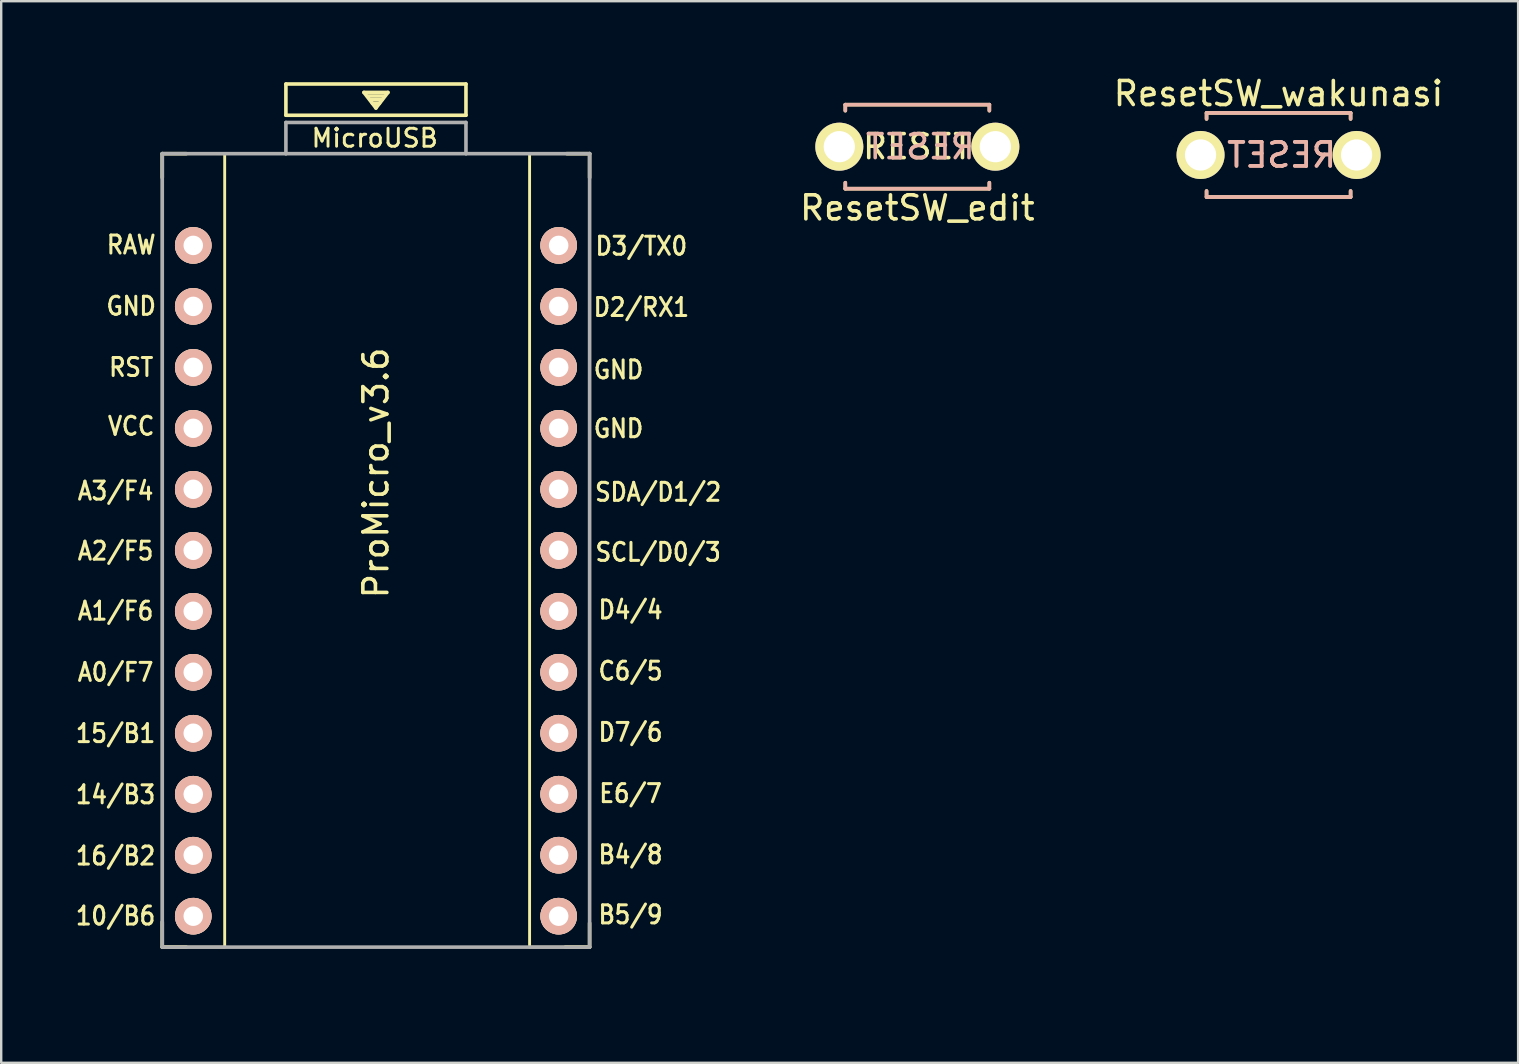
<source format=kicad_pcb>
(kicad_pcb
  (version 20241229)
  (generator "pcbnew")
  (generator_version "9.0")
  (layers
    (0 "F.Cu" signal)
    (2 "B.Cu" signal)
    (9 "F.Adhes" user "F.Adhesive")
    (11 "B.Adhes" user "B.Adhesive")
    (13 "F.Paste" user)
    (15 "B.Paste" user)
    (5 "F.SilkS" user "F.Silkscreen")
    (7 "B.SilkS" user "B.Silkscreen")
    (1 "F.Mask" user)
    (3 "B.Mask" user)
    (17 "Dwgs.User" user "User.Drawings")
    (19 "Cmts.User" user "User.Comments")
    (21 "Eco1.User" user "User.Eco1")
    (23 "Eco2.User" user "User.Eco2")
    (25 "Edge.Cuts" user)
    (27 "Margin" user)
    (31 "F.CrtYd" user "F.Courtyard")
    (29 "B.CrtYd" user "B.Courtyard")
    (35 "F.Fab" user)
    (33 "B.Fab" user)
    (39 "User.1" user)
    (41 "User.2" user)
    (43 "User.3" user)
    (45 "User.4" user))
  (footprint "ResetSW_wakunasi"
    (layer "F.Cu")
    (at 50.207 3.405)
    (property "Reference" "ResetSW_wakunasi" (at -0.005 -2.557 180) (layer "F.SilkS") (effects (font (size 1 1) (thickness 0.15))))
    (attr through_hole)
    (fp_line (start -3 -1.75) (end -3 -1.5) (stroke (width 0.15) (type solid)) (layer "F.SilkS"))
    (fp_line (start -3 -1.75) (end 3 -1.75) (stroke (width 0.15) (type solid)) (layer "F.SilkS"))
    (fp_line (start -3 1.75) (end -3 1.5) (stroke (width 0.15) (type solid)) (layer "F.SilkS"))
    (fp_line (start -3 1.75) (end 3 1.75) (stroke (width 0.15) (type solid)) (layer "F.SilkS"))
    (fp_line (start 3 -1.75) (end 3 -1.5) (stroke (width 0.15) (type solid)) (layer "F.SilkS"))
    (fp_line (start 3 1.75) (end 3 1.5) (stroke (width 0.15) (type solid)) (layer "F.SilkS"))
    (fp_line (start -3 -1.75) (end 3 -1.75) (stroke (width 0.15) (type solid)) (layer "B.SilkS"))
    (fp_line (start -3 -1.5) (end -3 -1.75) (stroke (width 0.15) (type solid)) (layer "B.SilkS"))
    (fp_line (start -3 1.75) (end -3 1.5) (stroke (width 0.15) (type solid)) (layer "B.SilkS"))
    (fp_line (start 3 -1.75) (end 3 -1.5) (stroke (width 0.15) (type solid)) (layer "B.SilkS"))
    (fp_line (start 3 1.5) (end 3 1.75) (stroke (width 0.15) (type solid)) (layer "B.SilkS"))
    (fp_line (start 3 1.75) (end -3 1.75) (stroke (width 0.15) (type solid)) (layer "B.SilkS"))
    (fp_text user "RESET" (at 0.127 0 180) (layer "B.SilkS") (effects (font (size 1 1) (thickness 0.15)) (justify mirror)))
    (fp_text user "RESET" (at 0.127 0 180) (layer "B.SilkS") (effects (font (size 1 1) (thickness 0.15)) (justify mirror)))
    (pad "1" thru_hole circle (at 3.25 0) (size 2 2) (drill 1.3) (layers "*.Cu" "*.Mask" "F.SilkS"))
    (pad "2" thru_hole circle (at -3.25 0) (size 2 2) (drill 1.3) (layers "*.Cu" "*.Mask" "F.SilkS")))
  (footprint "ProMicro_v3.6"
    (layer "F.Cu")
    (at 12.609 21.65)
    (property "Reference" "ProMicro_v3.6" (at 0 -5 270) (layer "F.SilkS") (effects (font (size 1 1) (thickness 0.15))))
    (attr through_hole)
    (fp_line (start -8.9 -18.3) (end -8.9 -17.3) (stroke (width 0.15) (type solid)) (layer "F.SilkS"))
    (fp_line (start -8.9 -18.3) (end -8.9 14.75) (stroke (width 0.12) (type solid)) (layer "F.SilkS"))
    (fp_line (start -8.9 -18.3) (end -7.9 -18.3) (stroke (width 0.15) (type solid)) (layer "F.SilkS"))
    (fp_line (start -8.9 -18.3) (end -6.3 -18.3) (stroke (width 0.12) (type solid)) (layer "F.SilkS"))
    (fp_line (start -8.9 13.7) (end -8.9 14.75) (stroke (width 0.15) (type solid)) (layer "F.SilkS"))
    (fp_line (start -8.9 14.75) (end -7.9 14.75) (stroke (width 0.15) (type solid)) (layer "F.SilkS"))
    (fp_line (start -8.9 14.75) (end -6.3 14.75) (stroke (width 0.12) (type solid)) (layer "F.SilkS"))
    (fp_line (start -6.3 -18.3) (end -6.3 14.7) (stroke (width 0.12) (type solid)) (layer "F.SilkS"))
    (fp_line (start -3.75 -21.2) (end -3.75 -19.9) (stroke (width 0.15) (type solid)) (layer "F.SilkS"))
    (fp_line (start -3.75 -19.9) (end 3.75 -19.9) (stroke (width 0.15) (type solid)) (layer "F.SilkS"))
    (fp_line (start -0.5 -20.85) (end 0.5 -20.85) (stroke (width 0.15) (type solid)) (layer "F.SilkS"))
    (fp_line (start -0.35 -20.7) (end 0.35 -20.7) (stroke (width 0.15) (type solid)) (layer "F.SilkS"))
    (fp_line (start -0.25 -20.55) (end 0.25 -20.55) (stroke (width 0.15) (type solid)) (layer "F.SilkS"))
    (fp_line (start -0.15 -20.4) (end 0.15 -20.4) (stroke (width 0.15) (type solid)) (layer "F.SilkS"))
    (fp_line (start 0 -20.2) (end -0.5 -20.85) (stroke (width 0.15) (type solid)) (layer "F.SilkS"))
    (fp_line (start 0.5 -20.85) (end 0 -20.2) (stroke (width 0.15) (type solid)) (layer "F.SilkS"))
    (fp_line (start 3.75 -21.2) (end -3.75 -21.2) (stroke (width 0.15) (type solid)) (layer "F.SilkS"))
    (fp_line (start 3.75 -19.9) (end 3.75 -21.2) (stroke (width 0.15) (type solid)) (layer "F.SilkS"))
    (fp_line (start 6.4 -18.3) (end 6.4 14.7) (stroke (width 0.12) (type solid)) (layer "F.SilkS"))
    (fp_line (start 8.9 -18.3) (end 6.4 -18.3) (stroke (width 0.12) (type solid)) (layer "F.SilkS"))
    (fp_line (start 8.9 -18.3) (end 7.95 -18.3) (stroke (width 0.15) (type solid)) (layer "F.SilkS"))
    (fp_line (start 8.9 -18.3) (end 8.9 -17.3) (stroke (width 0.15) (type solid)) (layer "F.SilkS"))
    (fp_line (start 8.9 -18.3) (end 8.9 14.75) (stroke (width 0.12) (type solid)) (layer "F.SilkS"))
    (fp_line (start 8.9 13.75) (end 8.9 14.75) (stroke (width 0.15) (type solid)) (layer "F.SilkS"))
    (fp_line (start 8.9 14.75) (end 6.4 14.75) (stroke (width 0.12) (type solid)) (layer "F.SilkS"))
    (fp_line (start 8.9 14.75) (end 7.89 14.75) (stroke (width 0.15) (type solid)) (layer "F.SilkS"))
    (fp_line (start -10.16 -21.59) (end -10.16 16.51) (stroke (width 0.12) (type solid)) (layer "Eco1.User"))
    (fp_line (start -10.16 16.51) (end 10.16 16.51) (stroke (width 0.12) (type solid)) (layer "Eco1.User"))
    (fp_line (start 10.16 -21.59) (end -10.16 -21.59) (stroke (width 0.12) (type solid)) (layer "Eco1.User"))
    (fp_line (start 10.16 16.51) (end 10.16 -21.59) (stroke (width 0.12) (type solid)) (layer "Eco1.User"))
    (fp_line (start -8.9 -18.3) (end -3.75 -18.3) (stroke (width 0.15) (type solid)) (layer "F.Fab"))
    (fp_line (start -8.9 14.75) (end -8.9 -18.3) (stroke (width 0.15) (type solid)) (layer "F.Fab"))
    (fp_line (start -3.75 -19.6) (end -3.75 -18.299) (stroke (width 0.15) (type solid)) (layer "F.Fab"))
    (fp_line (start -3.75 -19.6) (end 3.75 -19.6) (stroke (width 0.15) (type solid)) (layer "F.Fab"))
    (fp_line (start -3.75 -18.3) (end 3.75 -18.3) (stroke (width 0.15) (type solid)) (layer "F.Fab"))
    (fp_line (start 3.75 -19.6) (end 3.75 -18.3) (stroke (width 0.15) (type solid)) (layer "F.Fab"))
    (fp_line (start 3.76 -18.3) (end 8.9 -18.3) (stroke (width 0.15) (type solid)) (layer "F.Fab"))
    (fp_line (start 8.9 -18.3) (end 8.9 14.75) (stroke (width 0.15) (type solid)) (layer "F.Fab"))
    (fp_line (start 8.9 14.75) (end -8.9 14.75) (stroke (width 0.15) (type solid)) (layer "F.Fab"))
    (fp_text user "D4/4" (at 10.605 0.7 0) (unlocked yes) (layer "F.SilkS") (effects (font (size 0.75 0.67) (thickness 0.125))))
    (fp_text user "A2/F5" (at -10.845 -1.75 0) (unlocked yes) (layer "F.SilkS") (effects (font (size 0.75 0.67) (thickness 0.125))))
    (fp_text user "A1/F6" (at -10.845 0.75 0) (unlocked yes) (layer "F.SilkS") (effects (font (size 0.75 0.67) (thickness 0.125))))
    (fp_text user "D2/RX1" (at 11.055 -11.9 0) (unlocked yes) (layer "F.SilkS") (effects (font (size 0.75 0.67) (thickness 0.125))))
    (fp_text user "D7/6" (at 10.605 5.8 0) (unlocked yes) (layer "F.SilkS") (effects (font (size 0.75 0.67) (thickness 0.125))))
    (fp_text user "14/B3" (at -10.845 8.4 0) (unlocked yes) (layer "F.SilkS") (effects (font (size 0.75 0.67) (thickness 0.125))))
    (fp_text user "GND" (at -10.195 -11.95 0) (unlocked yes) (layer "F.SilkS") (effects (font (size 0.75 0.67) (thickness 0.125))))
    (fp_text user "16/B2" (at -10.845 10.95 0) (unlocked yes) (layer "F.SilkS") (effects (font (size 0.75 0.67) (thickness 0.125))))
    (fp_text user "B5/9" (at 10.605 13.4 0) (unlocked yes) (layer "F.SilkS") (effects (font (size 0.75 0.67) (thickness 0.125))))
    (fp_text user "15/B1" (at -10.845 5.85 0) (unlocked yes) (layer "F.SilkS") (effects (font (size 0.75 0.67) (thickness 0.125))))
    (fp_text user "SCL/D0/3" (at 11.755 -1.7 0) (unlocked yes) (layer "F.SilkS") (effects (font (size 0.75 0.67) (thickness 0.125))))
    (fp_text user "A3/F4" (at -10.845 -4.25 0) (unlocked yes) (layer "F.SilkS") (effects (font (size 0.75 0.67) (thickness 0.125))))
    (fp_text user "D3/TX0" (at 11.055 -14.45 0) (unlocked yes) (layer "F.SilkS") (effects (font (size 0.75 0.67) (thickness 0.125))))
    (fp_text user "RST" (at -10.195 -9.4 0) (unlocked yes) (layer "F.SilkS") (effects (font (size 0.75 0.67) (thickness 0.125))))
    (fp_text user "" (at -0.545 -17.4 0) (layer "F.SilkS") (effects (font (size 1 1) (thickness 0.15))))
    (fp_text user "E6/7" (at 10.605 8.35 0) (unlocked yes) (layer "F.SilkS") (effects (font (size 0.75 0.67) (thickness 0.125))))
    (fp_text user "VCC" (at -10.195 -6.95 0) (unlocked yes) (layer "F.SilkS") (effects (font (size 0.75 0.67) (thickness 0.125))))
    (fp_text user "RAW" (at -10.195 -14.5 0) (unlocked yes) (layer "F.SilkS") (effects (font (size 0.75 0.67) (thickness 0.125))))
    (fp_text user "MicroUSB" (at -0.05 -18.95 0) (layer "F.SilkS") (effects (font (size 0.75 0.75) (thickness 0.12))))
    (fp_text user "GND" (at 10.105 -6.85 0) (unlocked yes) (layer "F.SilkS") (effects (font (size 0.75 0.67) (thickness 0.125))))
    (fp_text user "A0/F7" (at -10.845 3.3 0) (unlocked yes) (layer "F.SilkS") (effects (font (size 0.75 0.67) (thickness 0.125))))
    (fp_text user "B4/8" (at 10.605 10.9 0) (unlocked yes) (layer "F.SilkS") (effects (font (size 0.75 0.67) (thickness 0.125))))
    (fp_text user "SDA/D1/2" (at 11.755 -4.2 0) (unlocked yes) (layer "F.SilkS") (effects (font (size 0.75 0.67) (thickness 0.125))))
    (fp_text user "10/B6" (at -10.845 13.45 0) (unlocked yes) (layer "F.SilkS") (effects (font (size 0.75 0.67) (thickness 0.125))))
    (fp_text user "GND" (at 10.105 -9.3 0) (unlocked yes) (layer "F.SilkS") (effects (font (size 0.75 0.67) (thickness 0.125))))
    (fp_text user "C6/5" (at 10.605 3.25 0) (unlocked yes) (layer "F.SilkS") (effects (font (size 0.75 0.67) (thickness 0.125))))
    (fp_text user "" (at -1.252 -16.256 0) (layer "B.SilkS") (effects (font (size 1 1) (thickness 0.15)) (justify mirror)))
    (pad "1" thru_hole circle (at 7.611 -14.478) (size 1.524 1.524) (drill 0.813) (layers "*.Cu" "*.SilkS" "*.Mask"))
    (pad "2" thru_hole circle (at 7.611 -11.938) (size 1.524 1.524) (drill 0.813) (layers "*.Cu" "*.SilkS" "*.Mask"))
    (pad "3" thru_hole circle (at 7.611 -9.398) (size 1.524 1.524) (drill 0.813) (layers "*.Cu" "*.SilkS" "*.Mask"))
    (pad "4" thru_hole circle (at 7.611 -6.858) (size 1.524 1.524) (drill 0.813) (layers "*.Cu" "*.SilkS" "*.Mask"))
    (pad "5" thru_hole circle (at 7.611 -4.318) (size 1.524 1.524) (drill 0.813) (layers "*.Cu" "*.SilkS" "*.Mask"))
    (pad "6" thru_hole circle (at 7.611 -1.778) (size 1.524 1.524) (drill 0.813) (layers "*.Cu" "*.SilkS" "*.Mask"))
    (pad "7" thru_hole circle (at 7.611 0.762) (size 1.524 1.524) (drill 0.813) (layers "*.Cu" "*.SilkS" "*.Mask"))
    (pad "8" thru_hole circle (at 7.611 3.302) (size 1.524 1.524) (drill 0.813) (layers "*.Cu" "*.SilkS" "*.Mask"))
    (pad "9" thru_hole circle (at 7.611 5.842) (size 1.524 1.524) (drill 0.813) (layers "*.Cu" "*.SilkS" "*.Mask"))
    (pad "10" thru_hole circle (at 7.611 8.382) (size 1.524 1.524) (drill 0.813) (layers "*.Cu" "*.SilkS" "*.Mask"))
    (pad "11" thru_hole circle (at 7.611 10.922) (size 1.524 1.524) (drill 0.813) (layers "*.Cu" "*.SilkS" "*.Mask"))
    (pad "12" thru_hole circle (at 7.611 13.462) (size 1.524 1.524) (drill 0.813) (layers "*.Cu" "*.SilkS" "*.Mask"))
    (pad "13" thru_hole circle (at -7.609 13.462) (size 1.524 1.524) (drill 0.813) (layers "*.Cu" "*.SilkS" "*.Mask"))
    (pad "14" thru_hole circle (at -7.609 10.922) (size 1.524 1.524) (drill 0.813) (layers "*.Cu" "*.SilkS" "*.Mask"))
    (pad "15" thru_hole circle (at -7.609 8.382) (size 1.524 1.524) (drill 0.813) (layers "*.Cu" "*.SilkS" "*.Mask"))
    (pad "16" thru_hole circle (at -7.609 5.842) (size 1.524 1.524) (drill 0.813) (layers "*.Cu" "*.SilkS" "*.Mask"))
    (pad "17" thru_hole circle (at -7.609 3.302) (size 1.524 1.524) (drill 0.813) (layers "*.Cu" "*.SilkS" "*.Mask"))
    (pad "18" thru_hole circle (at -7.609 0.762) (size 1.524 1.524) (drill 0.813) (layers "*.Cu" "*.SilkS" "*.Mask"))
    (pad "19" thru_hole circle (at -7.609 -1.778) (size 1.524 1.524) (drill 0.813) (layers "*.Cu" "*.SilkS" "*.Mask"))
    (pad "20" thru_hole circle (at -7.609 -4.318) (size 1.524 1.524) (drill 0.813) (layers "*.Cu" "*.SilkS" "*.Mask"))
    (pad "21" thru_hole circle (at -7.609 -6.858) (size 1.524 1.524) (drill 0.813) (layers "*.Cu" "*.SilkS" "*.Mask"))
    (pad "22" thru_hole circle (at -7.609 -9.398) (size 1.524 1.524) (drill 0.813) (layers "*.Cu" "*.SilkS" "*.Mask"))
    (pad "23" thru_hole circle (at -7.609 -11.938) (size 1.524 1.524) (drill 0.813) (layers "*.Cu" "*.SilkS" "*.Mask"))
    (pad "24" thru_hole circle (at -7.609 -14.478) (size 1.524 1.524) (drill 0.813) (layers "*.Cu" "*.SilkS" "*.Mask")))
  (footprint "ResetSW_edit"
    (layer "F.Cu")
    (at 35.16 3.06)
    (property "Reference" "ResetSW_edit" (at 0 2.55 0) (layer "F.SilkS") (effects (font (size 1 1) (thickness 0.15))))
    (attr through_hole)
    (fp_line (start -3 -1.75) (end -3 -1.5) (stroke (width 0.15) (type solid)) (layer "F.SilkS"))
    (fp_line (start -3 -1.75) (end 3 -1.75) (stroke (width 0.15) (type solid)) (layer "F.SilkS"))
    (fp_line (start -3 1.75) (end -3 1.5) (stroke (width 0.15) (type solid)) (layer "F.SilkS"))
    (fp_line (start -3 1.75) (end 3 1.75) (stroke (width 0.15) (type solid)) (layer "F.SilkS"))
    (fp_line (start 3 -1.75) (end 3 -1.5) (stroke (width 0.15) (type solid)) (layer "F.SilkS"))
    (fp_line (start 3 1.75) (end 3 1.5) (stroke (width 0.15) (type solid)) (layer "F.SilkS"))
    (fp_line (start -3 -1.75) (end 3 -1.75) (stroke (width 0.15) (type solid)) (layer "B.SilkS"))
    (fp_line (start -3 -1.5) (end -3 -1.75) (stroke (width 0.15) (type solid)) (layer "B.SilkS"))
    (fp_line (start -3 1.75) (end -3 1.5) (stroke (width 0.15) (type solid)) (layer "B.SilkS"))
    (fp_line (start 3 -1.75) (end 3 -1.5) (stroke (width 0.15) (type solid)) (layer "B.SilkS"))
    (fp_line (start 3 1.5) (end 3 1.75) (stroke (width 0.15) (type solid)) (layer "B.SilkS"))
    (fp_line (start 3 1.75) (end -3 1.75) (stroke (width 0.15) (type solid)) (layer "B.SilkS"))
    (fp_line (start -5 -3) (end -5 3) (stroke (width 0.12) (type solid)) (layer "Eco1.User"))
    (fp_line (start -5 3) (end 5 3) (stroke (width 0.12) (type solid)) (layer "Eco1.User"))
    (fp_line (start 5 -3) (end -5 -3) (stroke (width 0.12) (type solid)) (layer "Eco1.User"))
    (fp_line (start 5 3) (end 5 -3) (stroke (width 0.12) (type solid)) (layer "Eco1.User"))
    (fp_text user "RESET" (at 0 0 0) (layer "F.SilkS") (effects (font (size 1 1) (thickness 0.15))))
    (fp_text user "RESET" (at 0.127 0 0) (layer "B.SilkS") (effects (font (size 1 1) (thickness 0.15)) (justify mirror)))
    (pad "1" thru_hole circle (at 3.25 0) (size 2 2) (drill 1.3) (layers "*.Cu" "*.Mask" "F.SilkS"))
    (pad "2" thru_hole circle (at -3.25 0) (size 2 2) (drill 1.3) (layers "*.Cu" "*.Mask" "F.SilkS")))
  (gr_rect
    (start -3 -3)
    (end 60.185 41.22)
    (stroke (width 0.1) (type default))
    (fill no)
    (layer "Edge.Cuts")))
</source>
